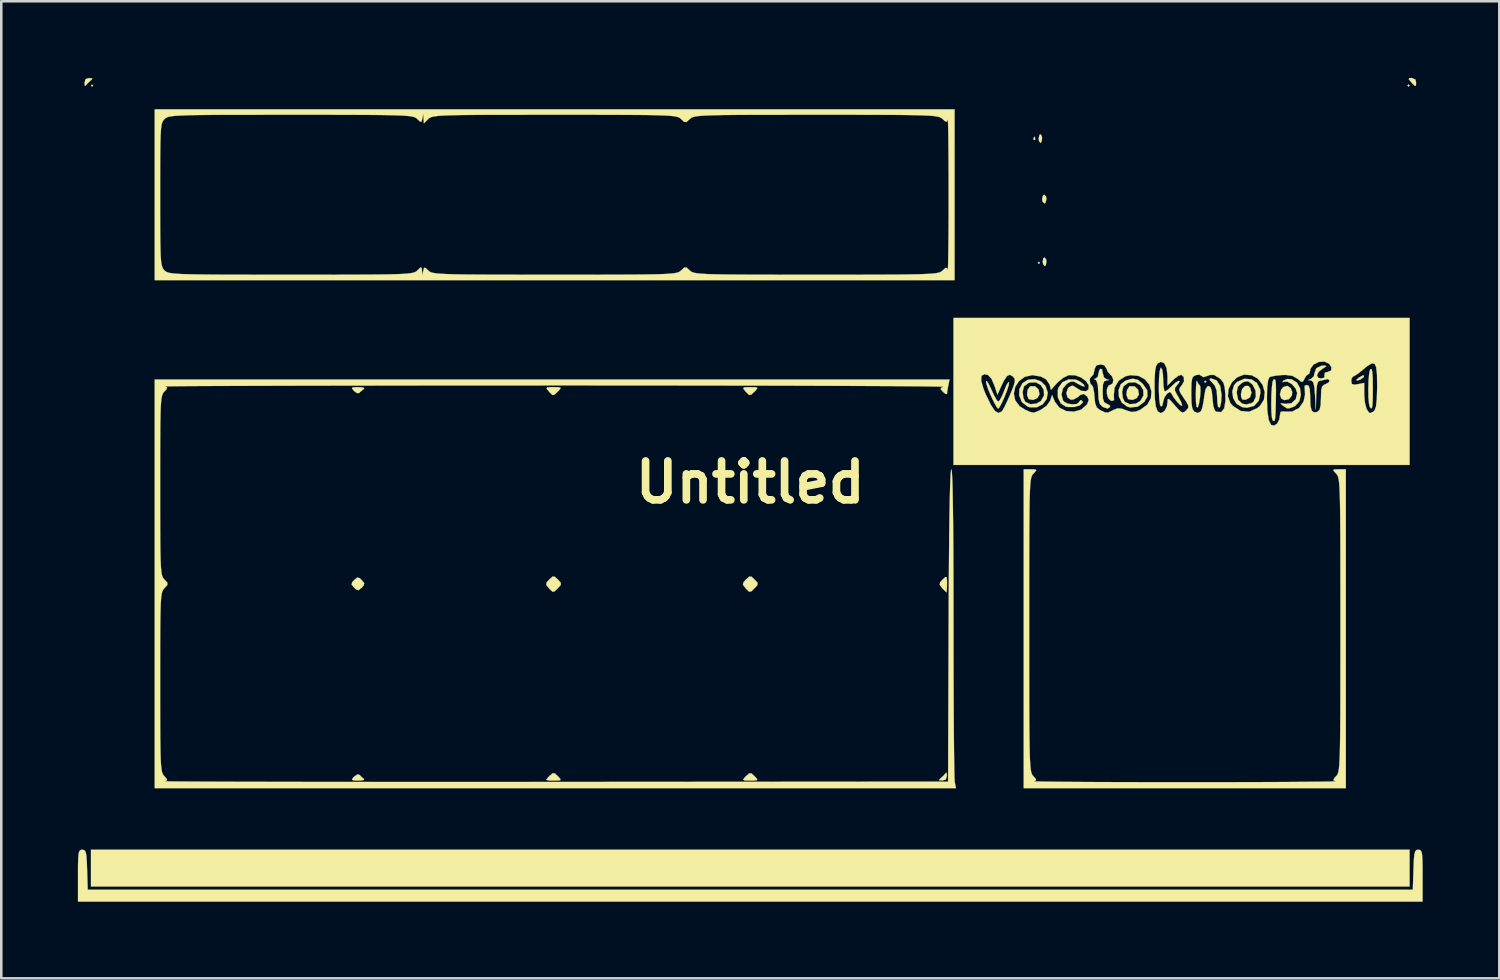
<source format=kicad_pcb>
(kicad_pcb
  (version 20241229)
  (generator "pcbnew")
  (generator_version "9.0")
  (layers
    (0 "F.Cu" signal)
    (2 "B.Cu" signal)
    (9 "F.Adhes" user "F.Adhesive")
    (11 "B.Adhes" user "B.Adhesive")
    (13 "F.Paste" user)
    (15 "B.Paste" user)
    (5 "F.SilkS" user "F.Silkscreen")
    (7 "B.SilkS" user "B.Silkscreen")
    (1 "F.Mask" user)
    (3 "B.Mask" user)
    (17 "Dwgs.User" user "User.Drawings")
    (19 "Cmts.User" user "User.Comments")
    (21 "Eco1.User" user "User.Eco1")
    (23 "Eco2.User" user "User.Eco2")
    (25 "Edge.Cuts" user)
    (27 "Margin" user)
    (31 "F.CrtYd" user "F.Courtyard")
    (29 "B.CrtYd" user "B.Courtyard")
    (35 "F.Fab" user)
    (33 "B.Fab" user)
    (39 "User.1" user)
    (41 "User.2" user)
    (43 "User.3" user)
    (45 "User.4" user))
  (footprint "Untitled"
    (layer "F.Cu")
    (at 26.336 15.838)
    (property "Reference" "Untitled" (at 0 0 0) (layer "F.SilkS") (effects (font (size 1.524 1.524) (thickness 0.3))))
    (attr through_hole)
    (fp_poly (pts (xy -25.739 -15.536) (xy -25.781 -15.494) (xy -25.823 -15.536) (xy -25.781 -15.579) (xy -25.739 -15.536)) (stroke (width 0.01) (type solid)) (fill yes) (layer "F.SilkS"))
    (fp_poly (pts (xy 11.345 -8.594) (xy 11.303 -8.551) (xy 11.261 -8.594) (xy 11.303 -8.636) (xy 11.345 -8.594)) (stroke (width 0.01) (type solid)) (fill yes) (layer "F.SilkS"))
    (fp_poly (pts (xy 17.865 -3.937) (xy 17.822 -3.895) (xy 17.78 -3.937) (xy 17.822 -3.979) (xy 17.865 -3.937)) (stroke (width 0.01) (type solid)) (fill yes) (layer "F.SilkS"))
    (fp_poly (pts (xy 25.823 -15.536) (xy 25.781 -15.494) (xy 25.739 -15.536) (xy 25.781 -15.579) (xy 25.823 -15.536)) (stroke (width 0.01) (type solid)) (fill yes) (layer "F.SilkS"))
    (fp_poly (pts (xy 25.823 15.833) (xy -25.823 15.833) (xy -25.823 14.393) (xy 25.823 14.393) (xy 25.823 15.833)) (stroke (width 0.01) (type solid)) (fill yes) (layer "F.SilkS"))
    (fp_poly (pts (xy 11.148 -13.518) (xy 11.158 -13.418) (xy 11.148 -13.406) (xy 11.097 -13.417) (xy 11.091 -13.462) (xy 11.122 -13.532) (xy 11.148 -13.518)) (stroke (width 0.01) (type solid)) (fill yes) (layer "F.SilkS"))
    (fp_poly (pts (xy 11.418 -13.56) (xy 11.43 -13.462) (xy 11.402 -13.324) (xy 11.363 -13.293) (xy 11.309 -13.364) (xy 11.297 -13.462) (xy 11.325 -13.6) (xy 11.363 -13.631) (xy 11.418 -13.56)) (stroke (width 0.01) (type solid)) (fill yes) (layer "F.SilkS"))
    (fp_poly (pts (xy 11.583 -11.19) (xy 11.599 -11.091) (xy 11.564 -10.954) (xy 11.515 -10.922) (xy 11.446 -10.993) (xy 11.43 -11.091) (xy 11.465 -11.229) (xy 11.515 -11.261) (xy 11.583 -11.19)) (stroke (width 0.01) (type solid)) (fill yes) (layer "F.SilkS"))
    (fp_poly (pts (xy 11.584 -8.734) (xy 11.599 -8.636) (xy 11.571 -8.498) (xy 11.533 -8.467) (xy 11.473 -8.538) (xy 11.453 -8.636) (xy 11.476 -8.773) (xy 11.52 -8.805) (xy 11.584 -8.734)) (stroke (width 0.01) (type solid)) (fill yes) (layer "F.SilkS"))
    (fp_poly (pts (xy 24.019 -4.112) (xy 23.907 -4.031) (xy 23.774 -3.982) (xy 23.754 -3.981) (xy 23.75 -4.02) (xy 23.839 -4.099) (xy 23.979 -4.177) (xy 24.043 -4.179) (xy 24.019 -4.112)) (stroke (width 0.01) (type solid)) (fill yes) (layer "F.SilkS"))
    (fp_poly (pts (xy 26.05 -15.773) (xy 26.077 -15.663) (xy 26.071 -15.533) (xy 26.028 -15.525) (xy 25.913 -15.641) (xy 25.887 -15.67) (xy 25.789 -15.789) (xy 25.814 -15.829) (xy 25.908 -15.833) (xy 26.05 -15.773)) (stroke (width 0.01) (type solid)) (fill yes) (layer "F.SilkS"))
    (fp_poly (pts (xy -25.766 -15.815) (xy -25.803 -15.763) (xy -25.812 -15.757) (xy -25.964 -15.617) (xy -26.001 -15.567) (xy -26.057 -15.519) (xy -26.076 -15.626) (xy -26.076 -15.642) (xy -26.032 -15.793) (xy -25.887 -15.831) (xy -25.766 -15.815)) (stroke (width 0.01) (type solid)) (fill yes) (layer "F.SilkS"))
    (fp_poly (pts (xy 7.703 11.478) (xy 7.703 11.493) (xy 7.659 11.645) (xy 7.514 11.683) (xy 7.394 11.667) (xy 7.43 11.614) (xy 7.439 11.608) (xy 7.592 11.469) (xy 7.629 11.419) (xy 7.685 11.37) (xy 7.703 11.478)) (stroke (width 0.01) (type solid)) (fill yes) (layer "F.SilkS"))
    (fp_poly (pts (xy 19.573 -3.707) (xy 19.631 -3.504) (xy 19.569 -3.324) (xy 19.41 -3.233) (xy 19.274 -3.24) (xy 19.224 -3.347) (xy 19.219 -3.456) (xy 19.265 -3.653) (xy 19.375 -3.769) (xy 19.503 -3.773) (xy 19.573 -3.707)) (stroke (width 0.01) (type solid)) (fill yes) (layer "F.SilkS"))
    (fp_poly (pts (xy 21.159 -3.696) (xy 21.226 -3.535) (xy 21.212 -3.396) (xy 21.098 -3.256) (xy 20.927 -3.216) (xy 20.8 -3.274) (xy 20.744 -3.433) (xy 20.792 -3.625) (xy 20.875 -3.729) (xy 21.027 -3.775) (xy 21.159 -3.696)) (stroke (width 0.01) (type solid)) (fill yes) (layer "F.SilkS"))
    (fp_poly (pts (xy -15.346 -3.724) (xy -15.151 -3.709) (xy -15.122 -3.666) (xy -15.144 -3.649) (xy -15.28 -3.537) (xy -15.313 -3.498) (xy -15.403 -3.491) (xy -15.515 -3.573) (xy -15.6 -3.672) (xy -15.573 -3.715) (xy -15.41 -3.724) (xy -15.346 -3.724)) (stroke (width 0.01) (type solid)) (fill yes) (layer "F.SilkS"))
    (fp_poly (pts (xy -15.313 11.457) (xy -15.198 11.57) (xy -15.144 11.608) (xy -15.126 11.659) (xy -15.274 11.681) (xy -15.346 11.683) (xy -15.547 11.678) (xy -15.604 11.645) (xy -15.545 11.562) (xy -15.515 11.531) (xy -15.387 11.444) (xy -15.313 11.457)) (stroke (width 0.01) (type solid)) (fill yes) (layer "F.SilkS"))
    (fp_poly (pts (xy -7.655 11.405) (xy -7.535 11.515) (xy -7.435 11.623) (xy -7.444 11.671) (xy -7.586 11.684) (xy -7.705 11.684) (xy -7.917 11.68) (xy -7.985 11.651) (xy -7.933 11.574) (xy -7.874 11.515) (xy -7.746 11.4) (xy -7.655 11.405)) (stroke (width 0.01) (type solid)) (fill yes) (layer "F.SilkS"))
    (fp_poly (pts (xy 0.05 11.405) (xy 0.169 11.515) (xy 0.27 11.623) (xy 0.261 11.671) (xy 0.118 11.684) (xy 0 11.684) (xy -0.213 11.68) (xy -0.281 11.651) (xy -0.228 11.574) (xy -0.169 11.515) (xy -0.041 11.4) (xy 0.05 11.405)) (stroke (width 0.01) (type solid)) (fill yes) (layer "F.SilkS"))
    (fp_poly (pts (xy 11.158 -3.756) (xy 11.293 -3.631) (xy 11.328 -3.436) (xy 11.24 -3.295) (xy 11.077 -3.224) (xy 10.918 -3.253) (xy 10.897 -3.27) (xy 10.838 -3.424) (xy 10.861 -3.614) (xy 10.953 -3.749) (xy 10.975 -3.76) (xy 11.158 -3.756)) (stroke (width 0.01) (type solid)) (fill yes) (layer "F.SilkS"))
    (fp_poly (pts (xy 15.052 -3.756) (xy 15.187 -3.631) (xy 15.223 -3.436) (xy 15.135 -3.295) (xy 14.971 -3.224) (xy 14.813 -3.253) (xy 14.792 -3.27) (xy 14.732 -3.424) (xy 14.756 -3.614) (xy 14.847 -3.749) (xy 14.87 -3.76) (xy 15.052 -3.756)) (stroke (width 0.01) (type solid)) (fill yes) (layer "F.SilkS"))
    (fp_poly (pts (xy -15.299 3.756) (xy -15.219 3.831) (xy -15.119 3.952) (xy -15.144 4.048) (xy -15.219 4.128) (xy -15.34 4.228) (xy -15.435 4.202) (xy -15.515 4.128) (xy -15.615 4.006) (xy -15.59 3.911) (xy -15.515 3.831) (xy -15.394 3.731) (xy -15.299 3.756)) (stroke (width 0.01) (type solid)) (fill yes) (layer "F.SilkS"))
    (fp_poly (pts (xy -7.492 -3.721) (xy -7.424 -3.693) (xy -7.477 -3.615) (xy -7.535 -3.556) (xy -7.667 -3.43) (xy -7.748 -3.417) (xy -7.855 -3.519) (xy -7.895 -3.563) (xy -7.979 -3.667) (xy -7.958 -3.713) (xy -7.805 -3.725) (xy -7.705 -3.725) (xy -7.492 -3.721)) (stroke (width 0.01) (type solid)) (fill yes) (layer "F.SilkS"))
    (fp_poly (pts (xy 0.213 -3.721) (xy 0.281 -3.693) (xy 0.228 -3.615) (xy 0.169 -3.556) (xy 0.037 -3.43) (xy -0.044 -3.417) (xy -0.15 -3.519) (xy -0.191 -3.563) (xy -0.274 -3.667) (xy -0.253 -3.713) (xy -0.1 -3.725) (xy 0 -3.725) (xy 0.213 -3.721)) (stroke (width 0.01) (type solid)) (fill yes) (layer "F.SilkS"))
    (fp_poly (pts (xy 7.692 3.719) (xy 7.704 3.861) (xy 7.705 3.979) (xy 7.7 4.19) (xy 7.688 4.304) (xy 7.684 4.311) (xy 7.618 4.251) (xy 7.514 4.142) (xy 7.418 4.015) (xy 7.437 3.917) (xy 7.535 3.81) (xy 7.644 3.71) (xy 7.692 3.719)) (stroke (width 0.01) (type solid)) (fill yes) (layer "F.SilkS"))
    (fp_poly (pts (xy -7.655 3.701) (xy -7.535 3.81) (xy -7.421 3.938) (xy -7.426 4.029) (xy -7.535 4.149) (xy -7.667 4.275) (xy -7.748 4.288) (xy -7.855 4.186) (xy -7.895 4.142) (xy -7.992 4.015) (xy -7.972 3.917) (xy -7.874 3.81) (xy -7.746 3.695) (xy -7.655 3.701)) (stroke (width 0.01) (type solid)) (fill yes) (layer "F.SilkS"))
    (fp_poly (pts (xy 0.05 3.701) (xy 0.169 3.81) (xy 0.284 3.938) (xy 0.279 4.029) (xy 0.169 4.149) (xy 0.037 4.275) (xy -0.044 4.288) (xy -0.15 4.186) (xy -0.191 4.142) (xy -0.287 4.015) (xy -0.268 3.917) (xy -0.169 3.81) (xy -0.041 3.695) (xy 0.05 3.701)) (stroke (width 0.01) (type solid)) (fill yes) (layer "F.SilkS"))
    (fp_poly (pts (xy 17.5 -3.958) (xy 17.56 -3.833) (xy 17.596 -3.81) (xy 17.628 -3.737) (xy 17.632 -3.556) (xy 17.615 -3.325) (xy 17.58 -3.104) (xy 17.535 -2.951) (xy 17.518 -2.925) (xy 17.48 -2.959) (xy 17.456 -3.139) (xy 17.451 -3.443) (xy 17.451 -3.476) (xy 17.46 -3.754) (xy 17.476 -3.929) (xy 17.495 -3.972) (xy 17.5 -3.958)) (stroke (width 0.01) (type solid)) (fill yes) (layer "F.SilkS"))
    (fp_poly (pts (xy 18.267 -3.989) (xy 18.404 -3.771) (xy 18.457 -3.426) (xy 18.457 -3.386) (xy 18.441 -3.135) (xy 18.401 -2.961) (xy 18.373 -2.921) (xy 18.32 -2.963) (xy 18.292 -3.151) (xy 18.288 -3.294) (xy 18.267 -3.594) (xy 18.19 -3.791) (xy 18.103 -3.891) (xy 17.989 -4.012) (xy 18.003 -4.06) (xy 18.054 -4.064) (xy 18.267 -3.989)) (stroke (width 0.01) (type solid)) (fill yes) (layer "F.SilkS"))
    (fp_poly (pts (xy 24.363 -4.32) (xy 24.379 -4.079) (xy 24.384 -3.7) (xy 24.381 -3.294) (xy 24.369 -3.037) (xy 24.347 -2.91) (xy 24.31 -2.894) (xy 24.268 -2.945) (xy 24.233 -3.087) (xy 24.212 -3.338) (xy 24.207 -3.646) (xy 24.215 -3.96) (xy 24.237 -4.227) (xy 24.271 -4.396) (xy 24.286 -4.423) (xy 24.333 -4.429) (xy 24.363 -4.32)) (stroke (width 0.01) (type solid)) (fill yes) (layer "F.SilkS"))
    (fp_poly (pts (xy 20.569 -3.984) (xy 20.586 -3.845) (xy 20.59 -3.593) (xy 20.585 -3.202) (xy 20.583 -3.094) (xy 20.573 -2.733) (xy 20.559 -2.514) (xy 20.536 -2.411) (xy 20.5 -2.396) (xy 20.461 -2.427) (xy 20.429 -2.54) (xy 20.411 -2.771) (xy 20.405 -3.072) (xy 20.41 -3.395) (xy 20.427 -3.693) (xy 20.453 -3.917) (xy 20.489 -4.021) (xy 20.489 -4.022) (xy 20.538 -4.034) (xy 20.569 -3.984)) (stroke (width 0.01) (type solid)) (fill yes) (layer "F.SilkS"))
    (fp_poly (pts (xy 9.339 -3.847) (xy 9.435 -3.644) (xy 9.553 -3.392) (xy 9.655 -3.215) (xy 9.708 -3.156) (xy 9.774 -3.215) (xy 9.867 -3.393) (xy 9.941 -3.577) (xy 10.032 -3.798) (xy 10.105 -3.917) (xy 10.137 -3.917) (xy 10.122 -3.801) (xy 10.056 -3.594) (xy 9.959 -3.347) (xy 9.854 -3.111) (xy 9.761 -2.938) (xy 9.705 -2.879) (xy 9.65 -2.949) (xy 9.549 -3.131) (xy 9.446 -3.339) (xy 9.329 -3.613) (xy 9.251 -3.844) (xy 9.232 -3.953) (xy 9.263 -3.965) (xy 9.339 -3.847)) (stroke (width 0.01) (type solid)) (fill yes) (layer "F.SilkS"))
    (fp_poly (pts (xy 21.206 -4.03) (xy 21.41 -3.904) (xy 21.531 -3.684) (xy 21.564 -3.423) (xy 21.505 -3.176) (xy 21.351 -2.994) (xy 21.28 -2.958) (xy 21.113 -2.897) (xy 21.021 -2.895) (xy 20.917 -2.961) (xy 20.867 -2.998) (xy 20.768 -3.078) (xy 20.804 -3.094) (xy 20.949 -3.07) (xy 21.195 -3.095) (xy 21.364 -3.252) (xy 21.421 -3.488) (xy 21.36 -3.674) (xy 21.215 -3.841) (xy 21.04 -3.939) (xy 20.927 -3.939) (xy 20.837 -3.917) (xy 20.885 -3.985) (xy 21.047 -4.045) (xy 21.206 -4.03)) (stroke (width 0.01) (type solid)) (fill yes) (layer "F.SilkS"))
    (fp_poly (pts (xy 26.235 14.404) (xy 26.282 14.455) (xy 26.311 14.573) (xy 26.326 14.788) (xy 26.331 15.127) (xy 26.331 15.409) (xy 26.331 16.425) (xy -26.331 16.425) (xy -26.331 15.409) (xy -26.33 14.98) (xy -26.321 14.692) (xy -26.302 14.518) (xy -26.267 14.429) (xy -26.211 14.397) (xy -26.165 14.393) (xy -26.086 14.408) (xy -26.035 14.472) (xy -26.004 14.618) (xy -25.986 14.877) (xy -25.975 15.177) (xy -25.95 15.96) (xy 25.95 15.96) (xy 25.975 15.177) (xy 25.989 14.808) (xy 26.01 14.577) (xy 26.045 14.452) (xy 26.101 14.401) (xy 26.165 14.393) (xy 26.235 14.404)) (stroke (width 0.01) (type solid)) (fill yes) (layer "F.SilkS"))
    (fp_poly (pts (xy 11.388 -3.947) (xy 11.56 -3.775) (xy 11.652 -3.509) (xy 11.607 -3.257) (xy 11.454 -3.054) (xy 11.224 -2.936) (xy 10.945 -2.938) (xy 10.864 -2.965) (xy 10.64 -3.137) (xy 10.532 -3.404) (xy 10.537 -3.517) (xy 10.668 -3.517) (xy 10.699 -3.297) (xy 10.77 -3.15) (xy 10.967 -3.058) (xy 11.205 -3.077) (xy 11.382 -3.181) (xy 11.506 -3.398) (xy 11.496 -3.619) (xy 11.38 -3.804) (xy 11.187 -3.913) (xy 10.945 -3.905) (xy 10.885 -3.881) (xy 10.72 -3.757) (xy 10.669 -3.552) (xy 10.668 -3.517) (xy 10.537 -3.517) (xy 10.543 -3.651) (xy 10.667 -3.884) (xy 10.881 -4.015) (xy 11.138 -4.038) (xy 11.388 -3.947)) (stroke (width 0.01) (type solid)) (fill yes) (layer "F.SilkS"))
    (fp_poly (pts (xy 15.175 -4.013) (xy 15.371 -3.856) (xy 15.546 -3.603) (xy 15.553 -3.356) (xy 15.431 -3.149) (xy 15.174 -2.96) (xy 14.882 -2.93) (xy 14.759 -2.965) (xy 14.551 -3.121) (xy 14.439 -3.354) (xy 14.431 -3.517) (xy 14.563 -3.517) (xy 14.593 -3.297) (xy 14.664 -3.15) (xy 14.861 -3.058) (xy 15.1 -3.077) (xy 15.276 -3.181) (xy 15.401 -3.398) (xy 15.39 -3.619) (xy 15.274 -3.804) (xy 15.081 -3.913) (xy 14.84 -3.905) (xy 14.779 -3.881) (xy 14.615 -3.757) (xy 14.563 -3.552) (xy 14.563 -3.517) (xy 14.431 -3.517) (xy 14.426 -3.61) (xy 14.514 -3.838) (xy 14.703 -3.984) (xy 14.972 -4.056) (xy 15.175 -4.013)) (stroke (width 0.01) (type solid)) (fill yes) (layer "F.SilkS"))
    (fp_poly (pts (xy 19.626 -4.031) (xy 19.844 -3.888) (xy 19.967 -3.641) (xy 19.981 -3.503) (xy 19.914 -3.191) (xy 19.729 -2.989) (xy 19.451 -2.918) (xy 19.264 -2.942) (xy 19.047 -3.071) (xy 18.914 -3.294) (xy 18.883 -3.516) (xy 19.05 -3.516) (xy 19.105 -3.232) (xy 19.266 -3.078) (xy 19.431 -3.048) (xy 19.625 -3.094) (xy 19.71 -3.15) (xy 19.802 -3.347) (xy 19.789 -3.594) (xy 19.678 -3.816) (xy 19.642 -3.853) (xy 19.494 -3.955) (xy 19.351 -3.938) (xy 19.261 -3.894) (xy 19.096 -3.746) (xy 19.05 -3.516) (xy 18.883 -3.516) (xy 18.878 -3.556) (xy 18.948 -3.8) (xy 19.069 -3.932) (xy 19.355 -4.052) (xy 19.626 -4.031)) (stroke (width 0.01) (type solid)) (fill yes) (layer "F.SilkS"))
    (fp_poly (pts (xy 13.779 -4.416) (xy 13.801 -4.287) (xy 13.856 -4.1) (xy 13.949 -4.038) (xy 14.053 -4.006) (xy 13.993 -3.992) (xy 13.949 -3.989) (xy 13.859 -3.951) (xy 13.814 -3.827) (xy 13.801 -3.578) (xy 13.801 -3.548) (xy 13.812 -3.283) (xy 13.856 -3.142) (xy 13.949 -3.079) (xy 13.969 -3.073) (xy 14.085 -3.008) (xy 14.091 -2.954) (xy 14.003 -2.886) (xy 13.857 -2.928) (xy 13.78 -2.97) (xy 13.686 -3.074) (xy 13.64 -3.273) (xy 13.631 -3.511) (xy 13.612 -3.811) (xy 13.556 -3.982) (xy 13.525 -4.008) (xy 13.463 -4.046) (xy 13.525 -4.057) (xy 13.612 -4.134) (xy 13.631 -4.228) (xy 13.67 -4.39) (xy 13.716 -4.445) (xy 13.779 -4.416)) (stroke (width 0.01) (type solid)) (fill yes) (layer "F.SilkS"))
    (fp_poly (pts (xy 12.748 -4.018) (xy 12.916 -3.942) (xy 13.057 -3.83) (xy 13.098 -3.757) (xy 13.096 -3.754) (xy 13.004 -3.765) (xy 12.84 -3.851) (xy 12.834 -3.855) (xy 12.666 -3.948) (xy 12.537 -3.938) (xy 12.404 -3.86) (xy 12.244 -3.673) (xy 12.188 -3.432) (xy 12.248 -3.207) (xy 12.294 -3.15) (xy 12.431 -3.08) (xy 12.619 -3.051) (xy 12.788 -3.065) (xy 12.869 -3.125) (xy 12.869 -3.133) (xy 12.935 -3.214) (xy 12.961 -3.217) (xy 13.025 -3.157) (xy 13.019 -3.116) (xy 12.905 -3.01) (xy 12.69 -2.948) (xy 12.439 -2.947) (xy 12.362 -2.961) (xy 12.161 -3.089) (xy 12.049 -3.32) (xy 12.044 -3.602) (xy 12.071 -3.701) (xy 12.226 -3.918) (xy 12.47 -4.028) (xy 12.748 -4.018)) (stroke (width 0.01) (type solid)) (fill yes) (layer "F.SilkS"))
    (fp_poly (pts (xy 16.133 -4.411) (xy 16.164 -4.213) (xy 16.171 -4.022) (xy 16.183 -3.767) (xy 16.212 -3.597) (xy 16.241 -3.556) (xy 16.341 -3.612) (xy 16.492 -3.749) (xy 16.51 -3.768) (xy 16.663 -3.907) (xy 16.777 -3.972) (xy 16.82 -3.958) (xy 16.763 -3.857) (xy 16.725 -3.814) (xy 16.637 -3.7) (xy 16.63 -3.595) (xy 16.708 -3.437) (xy 16.764 -3.344) (xy 16.871 -3.148) (xy 16.915 -3.018) (xy 16.91 -2.997) (xy 16.839 -3.027) (xy 16.718 -3.149) (xy 16.591 -3.312) (xy 16.5 -3.466) (xy 16.488 -3.496) (xy 16.421 -3.536) (xy 16.321 -3.466) (xy 16.226 -3.33) (xy 16.173 -3.171) (xy 16.171 -3.139) (xy 16.137 -2.998) (xy 16.087 -2.963) (xy 16.046 -3.043) (xy 16.017 -3.265) (xy 16.003 -3.599) (xy 16.002 -3.725) (xy 16.011 -4.09) (xy 16.035 -4.351) (xy 16.073 -4.479) (xy 16.087 -4.487) (xy 16.133 -4.411)) (stroke (width 0.01) (type solid)) (fill yes) (layer "F.SilkS"))
    (fp_poly (pts (xy 23.326 -0.508) (xy 23.326 11.98) (xy 10.71 11.98) (xy 10.71 -0.508) (xy 10.986 -0.508) (xy 11.169 -0.502) (xy 11.203 -0.464) (xy 11.11 -0.358) (xy 11.091 -0.339) (xy 11.058 -0.302) (xy 11.03 -0.254) (xy 11.005 -0.184) (xy 10.985 -0.078) (xy 10.968 0.075) (xy 10.955 0.287) (xy 10.944 0.571) (xy 10.936 0.939) (xy 10.931 1.403) (xy 10.927 1.976) (xy 10.924 2.669) (xy 10.923 3.494) (xy 10.922 4.465) (xy 10.922 5.588) (xy 10.922 6.716) (xy 10.923 7.686) (xy 10.924 8.512) (xy 10.927 9.205) (xy 10.931 9.777) (xy 10.937 10.241) (xy 10.945 10.609) (xy 10.956 10.893) (xy 10.969 11.105) (xy 10.986 11.258) (xy 11.006 11.363) (xy 11.03 11.432) (xy 11.059 11.479) (xy 11.086 11.509) (xy 11.193 11.631) (xy 11.178 11.687) (xy 11.107 11.711) (xy 11.166 11.717) (xy 11.381 11.723) (xy 11.739 11.729) (xy 12.228 11.734) (xy 12.834 11.738) (xy 13.544 11.742) (xy 14.346 11.745) (xy 15.226 11.747) (xy 16.172 11.749) (xy 17.018 11.749) (xy 18.009 11.749) (xy 18.946 11.747) (xy 19.815 11.745) (xy 20.604 11.742) (xy 21.3 11.738) (xy 21.889 11.733) (xy 22.359 11.728) (xy 22.697 11.723) (xy 22.889 11.717) (xy 22.929 11.711) (xy 22.839 11.671) (xy 22.867 11.597) (xy 22.95 11.509) (xy 22.982 11.473) (xy 23.01 11.423) (xy 23.033 11.348) (xy 23.053 11.236) (xy 23.069 11.075) (xy 23.082 10.852) (xy 23.092 10.556) (xy 23.1 10.173) (xy 23.106 9.693) (xy 23.11 9.102) (xy 23.112 8.388) (xy 23.113 7.54) (xy 23.114 6.545) (xy 23.114 5.588) (xy 23.114 4.461) (xy 23.113 3.491) (xy 23.112 2.665) (xy 23.109 1.973) (xy 23.105 1.401) (xy 23.1 0.937) (xy 23.092 0.57) (xy 23.081 0.286) (xy 23.068 0.074) (xy 23.051 -0.079) (xy 23.03 -0.184) (xy 23.006 -0.255) (xy 22.978 -0.302) (xy 22.945 -0.339) (xy 22.838 -0.455) (xy 22.856 -0.5) (xy 23.019 -0.508) (xy 23.05 -0.508) (xy 23.326 -0.508)) (stroke (width 0.01) (type solid)) (fill yes) (layer "F.SilkS"))
    (fp_poly (pts (xy 7.753 -3.778) (xy 7.718 -3.578) (xy 7.705 -3.461) (xy 7.655 -3.455) (xy 7.554 -3.535) (xy 7.454 -3.648) (xy 7.484 -3.705) (xy 7.575 -3.738) (xy 7.51 -3.744) (xy 7.284 -3.749) (xy 6.905 -3.755) (xy 6.381 -3.76) (xy 5.721 -3.765) (xy 4.934 -3.769) (xy 4.026 -3.773) (xy 3.007 -3.777) (xy 1.886 -3.781) (xy 0.669 -3.784) (xy -0.634 -3.786) (xy -2.016 -3.788) (xy -3.468 -3.79) (xy -4.981 -3.791) (xy -6.548 -3.792) (xy -7.662 -3.792) (xy -9.262 -3.791) (xy -10.814 -3.791) (xy -12.31 -3.79) (xy -13.742 -3.788) (xy -15.102 -3.786) (xy -16.382 -3.784) (xy -17.572 -3.782) (xy -18.665 -3.779) (xy -19.653 -3.776) (xy -20.527 -3.773) (xy -21.279 -3.77) (xy -21.9 -3.767) (xy -22.383 -3.763) (xy -22.719 -3.759) (xy -22.899 -3.755) (xy -22.929 -3.753) (xy -22.839 -3.713) (xy -22.867 -3.638) (xy -22.95 -3.551) (xy -22.99 -3.504) (xy -23.023 -3.441) (xy -23.05 -3.347) (xy -23.071 -3.204) (xy -23.087 -2.999) (xy -23.098 -2.714) (xy -23.106 -2.333) (xy -23.11 -1.842) (xy -23.113 -1.223) (xy -23.114 -0.461) (xy -23.114 0.127) (xy -23.114 0.991) (xy -23.112 1.702) (xy -23.109 2.275) (xy -23.104 2.726) (xy -23.095 3.072) (xy -23.083 3.328) (xy -23.065 3.51) (xy -23.043 3.635) (xy -23.014 3.717) (xy -22.978 3.774) (xy -22.945 3.81) (xy -22.83 3.938) (xy -22.835 4.029) (xy -22.945 4.149) (xy -22.986 4.196) (xy -23.02 4.256) (xy -23.048 4.346) (xy -23.069 4.482) (xy -23.086 4.679) (xy -23.097 4.953) (xy -23.105 5.32) (xy -23.11 5.797) (xy -23.113 6.398) (xy -23.114 7.14) (xy -23.114 7.832) (xy -23.114 8.696) (xy -23.112 9.408) (xy -23.109 9.981) (xy -23.103 10.433) (xy -23.095 10.779) (xy -23.082 11.036) (xy -23.064 11.218) (xy -23.042 11.342) (xy -23.013 11.424) (xy -22.977 11.48) (xy -22.95 11.509) (xy -22.843 11.631) (xy -22.858 11.687) (xy -22.929 11.711) (xy -22.86 11.715) (xy -22.631 11.719) (xy -22.249 11.722) (xy -21.723 11.725) (xy -21.06 11.728) (xy -20.27 11.731) (xy -19.36 11.733) (xy -18.338 11.735) (xy -17.214 11.737) (xy -15.995 11.738) (xy -14.69 11.739) (xy -13.307 11.739) (xy -11.854 11.739) (xy -10.34 11.739) (xy -8.772 11.739) (xy -7.662 11.738) (xy 7.747 11.726) (xy 7.769 5.609) (xy 7.774 4.311) (xy 7.782 3.161) (xy 7.791 2.162) (xy 7.802 1.317) (xy 7.815 0.63) (xy 7.829 0.101) (xy 7.845 -0.265) (xy 7.862 -0.466) (xy 7.875 -0.508) (xy 7.893 -0.424) (xy 7.909 -0.172) (xy 7.923 0.243) (xy 7.934 0.821) (xy 7.944 1.559) (xy 7.951 2.455) (xy 7.956 3.506) (xy 7.958 4.709) (xy 7.959 5.493) (xy 7.959 6.492) (xy 7.961 7.445) (xy 7.964 8.34) (xy 7.969 9.16) (xy 7.974 9.893) (xy 7.98 10.524) (xy 7.986 11.038) (xy 7.994 11.422) (xy 8.001 11.661) (xy 8.007 11.737) (xy 8.056 11.98) (xy -23.326 11.98) (xy -23.326 -4.022) (xy 7.802 -4.022) (xy 7.753 -3.778)) (stroke (width 0.01) (type solid)) (fill yes) (layer "F.SilkS"))
    (fp_poly (pts (xy 8.001 -7.916) (xy -23.326 -7.916) (xy -23.326 -11.261) (xy -23.114 -11.261) (xy -23.114 -10.498) (xy -23.112 -9.887) (xy -23.107 -9.408) (xy -23.099 -9.045) (xy -23.087 -8.779) (xy -23.069 -8.592) (xy -23.044 -8.466) (xy -23.011 -8.383) (xy -22.97 -8.324) (xy -22.945 -8.297) (xy -22.904 -8.261) (xy -22.852 -8.231) (xy -22.775 -8.205) (xy -22.659 -8.184) (xy -22.491 -8.167) (xy -22.258 -8.154) (xy -21.945 -8.145) (xy -21.54 -8.138) (xy -21.029 -8.133) (xy -20.399 -8.13) (xy -19.636 -8.129) (xy -18.726 -8.128) (xy -17.992 -8.128) (xy -16.971 -8.128) (xy -16.106 -8.129) (xy -15.384 -8.131) (xy -14.79 -8.134) (xy -14.312 -8.139) (xy -13.936 -8.147) (xy -13.648 -8.158) (xy -13.436 -8.172) (xy -13.285 -8.19) (xy -13.182 -8.212) (xy -13.114 -8.239) (xy -13.066 -8.271) (xy -13.039 -8.297) (xy -12.917 -8.411) (xy -12.871 -8.4) (xy -12.858 -8.276) (xy -12.846 -8.086) (xy -12.81 -8.271) (xy -12.777 -8.397) (xy -12.717 -8.393) (xy -12.61 -8.292) (xy -12.57 -8.257) (xy -12.516 -8.227) (xy -12.434 -8.203) (xy -12.312 -8.182) (xy -12.136 -8.166) (xy -11.891 -8.154) (xy -11.566 -8.144) (xy -11.146 -8.137) (xy -10.619 -8.133) (xy -9.969 -8.13) (xy -9.185 -8.129) (xy -8.253 -8.128) (xy -7.662 -8.128) (xy -6.642 -8.128) (xy -5.777 -8.129) (xy -5.054 -8.131) (xy -4.461 -8.134) (xy -3.983 -8.139) (xy -3.607 -8.147) (xy -3.319 -8.158) (xy -3.107 -8.172) (xy -2.956 -8.19) (xy -2.853 -8.212) (xy -2.784 -8.239) (xy -2.737 -8.271) (xy -2.709 -8.297) (xy -2.581 -8.412) (xy -2.49 -8.407) (xy -2.371 -8.297) (xy -2.33 -8.261) (xy -2.278 -8.231) (xy -2.201 -8.205) (xy -2.085 -8.184) (xy -1.917 -8.167) (xy -1.684 -8.154) (xy -1.371 -8.145) (xy -0.966 -8.138) (xy -0.455 -8.133) (xy 0.175 -8.13) (xy 0.938 -8.129) (xy 1.848 -8.128) (xy 2.582 -8.128) (xy 3.604 -8.128) (xy 4.469 -8.129) (xy 5.192 -8.131) (xy 5.786 -8.134) (xy 6.264 -8.14) (xy 6.641 -8.148) (xy 6.928 -8.159) (xy 7.141 -8.173) (xy 7.292 -8.191) (xy 7.394 -8.213) (xy 7.462 -8.24) (xy 7.509 -8.272) (xy 7.53 -8.292) (xy 7.651 -8.399) (xy 7.708 -8.384) (xy 7.732 -8.313) (xy 7.741 -8.362) (xy 7.748 -8.562) (xy 7.755 -8.896) (xy 7.761 -9.346) (xy 7.766 -9.896) (xy 7.769 -10.526) (xy 7.77 -11.221) (xy 7.77 -11.261) (xy 7.769 -11.958) (xy 7.766 -12.593) (xy 7.761 -13.147) (xy 7.756 -13.603) (xy 7.749 -13.945) (xy 7.741 -14.152) (xy 7.732 -14.21) (xy 7.732 -14.208) (xy 7.692 -14.118) (xy 7.618 -14.146) (xy 7.53 -14.229) (xy 7.49 -14.264) (xy 7.436 -14.294) (xy 7.354 -14.319) (xy 7.232 -14.339) (xy 7.056 -14.355) (xy 6.811 -14.368) (xy 6.486 -14.377) (xy 6.066 -14.384) (xy 5.539 -14.389) (xy 4.889 -14.391) (xy 4.105 -14.393) (xy 3.173 -14.393) (xy 2.582 -14.393) (xy 1.562 -14.393) (xy 0.697 -14.392) (xy -0.026 -14.391) (xy -0.619 -14.387) (xy -1.097 -14.382) (xy -1.473 -14.374) (xy -1.761 -14.363) (xy -1.973 -14.349) (xy -2.124 -14.331) (xy -2.227 -14.309) (xy -2.296 -14.282) (xy -2.343 -14.25) (xy -2.371 -14.224) (xy -2.499 -14.109) (xy -2.59 -14.115) (xy -2.709 -14.224) (xy -2.75 -14.26) (xy -2.802 -14.291) (xy -2.879 -14.316) (xy -2.995 -14.337) (xy -3.163 -14.354) (xy -3.396 -14.367) (xy -3.709 -14.377) (xy -4.114 -14.384) (xy -4.625 -14.388) (xy -5.255 -14.391) (xy -6.018 -14.393) (xy -6.928 -14.393) (xy -7.662 -14.393) (xy -8.683 -14.393) (xy -9.548 -14.392) (xy -10.27 -14.391) (xy -10.864 -14.387) (xy -11.342 -14.382) (xy -11.718 -14.374) (xy -12.006 -14.363) (xy -12.218 -14.349) (xy -12.369 -14.331) (xy -12.472 -14.309) (xy -12.54 -14.282) (xy -12.588 -14.25) (xy -12.615 -14.224) (xy -12.785 -14.055) (xy -12.808 -14.436) (xy -12.844 -14.25) (xy -12.877 -14.124) (xy -12.937 -14.128) (xy -13.044 -14.229) (xy -13.084 -14.264) (xy -13.138 -14.294) (xy -13.22 -14.319) (xy -13.342 -14.339) (xy -13.518 -14.355) (xy -13.763 -14.368) (xy -14.088 -14.377) (xy -14.508 -14.384) (xy -15.035 -14.389) (xy -15.685 -14.391) (xy -16.469 -14.393) (xy -17.401 -14.393) (xy -17.992 -14.393) (xy -19.012 -14.393) (xy -19.877 -14.392) (xy -20.6 -14.391) (xy -21.193 -14.387) (xy -21.671 -14.382) (xy -22.047 -14.374) (xy -22.335 -14.363) (xy -22.547 -14.349) (xy -22.698 -14.331) (xy -22.801 -14.309) (xy -22.87 -14.282) (xy -22.917 -14.25) (xy -22.945 -14.224) (xy -22.991 -14.171) (xy -23.028 -14.103) (xy -23.057 -14.002) (xy -23.078 -13.849) (xy -23.093 -13.627) (xy -23.104 -13.317) (xy -23.11 -12.902) (xy -23.113 -12.363) (xy -23.114 -11.682) (xy -23.114 -11.261) (xy -23.326 -11.261) (xy -23.326 -14.605) (xy 8.001 -14.605) (xy 8.001 -7.916)) (stroke (width 0.01) (type solid)) (fill yes) (layer "F.SilkS"))
    (fp_poly (pts (xy 25.823 -0.677) (xy 7.959 -0.677) (xy 7.959 -3.974) (xy 9.043 -3.974) (xy 9.137 -3.65) (xy 9.237 -3.411) (xy 9.424 -3.028) (xy 9.578 -2.799) (xy 9.711 -2.713) (xy 9.832 -2.761) (xy 9.881 -2.815) (xy 9.953 -2.943) (xy 10.065 -3.178) (xy 10.191 -3.465) (xy 10.195 -3.474) (xy 10.322 -3.474) (xy 10.375 -3.211) (xy 10.549 -2.977) (xy 10.78 -2.833) (xy 10.976 -2.749) (xy 11.094 -2.725) (xy 11.218 -2.762) (xy 11.391 -2.844) (xy 11.611 -2.999) (xy 11.745 -3.19) (xy 11.748 -3.197) (xy 11.821 -3.416) (xy 11.931 -3.149) (xy 12.108 -2.919) (xy 12.372 -2.789) (xy 12.674 -2.763) (xy 12.96 -2.844) (xy 13.181 -3.037) (xy 13.193 -3.056) (xy 13.258 -3.223) (xy 13.202 -3.351) (xy 13.067 -3.46) (xy 12.929 -3.422) (xy 12.833 -3.338) (xy 12.663 -3.242) (xy 12.552 -3.233) (xy 12.42 -3.328) (xy 12.38 -3.5) (xy 12.441 -3.676) (xy 12.486 -3.723) (xy 12.612 -3.787) (xy 12.74 -3.722) (xy 12.772 -3.695) (xy 12.968 -3.579) (xy 13.151 -3.567) (xy 13.246 -3.633) (xy 13.261 -3.794) (xy 13.152 -3.96) (xy 13.126 -3.979) (xy 13.293 -3.979) (xy 13.326 -3.842) (xy 13.373 -3.81) (xy 13.422 -3.734) (xy 13.463 -3.537) (xy 13.479 -3.368) (xy 13.507 -3.093) (xy 13.568 -2.933) (xy 13.684 -2.836) (xy 13.716 -2.818) (xy 13.893 -2.736) (xy 14.012 -2.729) (xy 14.164 -2.799) (xy 14.217 -2.829) (xy 14.389 -2.896) (xy 14.565 -2.877) (xy 14.707 -2.823) (xy 14.926 -2.752) (xy 15.105 -2.768) (xy 15.278 -2.84) (xy 15.552 -3.04) (xy 15.692 -3.291) (xy 15.714 -3.561) (xy 15.658 -3.732) (xy 15.833 -3.732) (xy 15.845 -3.268) (xy 15.886 -2.955) (xy 15.959 -2.775) (xy 16.069 -2.71) (xy 16.087 -2.709) (xy 16.183 -2.761) (xy 16.239 -2.811) (xy 16.318 -2.97) (xy 16.342 -3.128) (xy 16.349 -3.245) (xy 16.388 -3.265) (xy 16.485 -3.175) (xy 16.632 -3.006) (xy 16.804 -2.813) (xy 16.912 -2.733) (xy 16.996 -2.748) (xy 17.069 -2.811) (xy 17.15 -2.908) (xy 17.155 -3.005) (xy 17.076 -3.154) (xy 16.981 -3.295) (xy 16.864 -3.473) (xy 17.272 -3.473) (xy 17.28 -3.116) (xy 17.311 -2.894) (xy 17.378 -2.775) (xy 17.492 -2.724) (xy 17.542 -2.716) (xy 17.633 -2.771) (xy 17.668 -2.815) (xy 17.715 -2.957) (xy 17.76 -3.199) (xy 17.778 -3.344) (xy 17.826 -3.622) (xy 17.899 -3.752) (xy 17.949 -3.768) (xy 18.029 -3.72) (xy 18.077 -3.558) (xy 18.102 -3.288) (xy 18.136 -2.975) (xy 18.201 -2.803) (xy 18.26 -2.758) (xy 18.447 -2.749) (xy 18.564 -2.895) (xy 18.612 -3.194) (xy 18.61 -3.371) (xy 18.705 -3.371) (xy 18.802 -3.103) (xy 18.902 -2.987) (xy 19.214 -2.79) (xy 19.535 -2.761) (xy 19.853 -2.901) (xy 19.96 -2.988) (xy 20.12 -3.236) (xy 20.126 -3.291) (xy 20.235 -3.291) (xy 20.253 -2.778) (xy 20.308 -2.428) (xy 20.399 -2.243) (xy 20.527 -2.22) (xy 20.642 -2.303) (xy 20.722 -2.464) (xy 20.743 -2.609) (xy 20.771 -2.757) (xy 20.88 -2.777) (xy 20.918 -2.768) (xy 21.225 -2.767) (xy 21.493 -2.906) (xy 21.668 -3.157) (xy 21.676 -3.18) (xy 21.727 -3.424) (xy 21.721 -3.628) (xy 21.717 -3.639) (xy 21.711 -3.777) (xy 21.796 -3.81) (xy 21.873 -3.775) (xy 21.914 -3.648) (xy 21.928 -3.395) (xy 21.929 -3.307) (xy 21.943 -2.978) (xy 21.993 -2.794) (xy 22.092 -2.734) (xy 22.217 -2.76) (xy 22.299 -2.84) (xy 22.341 -3.021) (xy 22.352 -3.301) (xy 22.36 -3.584) (xy 22.395 -3.742) (xy 22.468 -3.816) (xy 22.521 -3.835) (xy 22.659 -3.913) (xy 22.685 -3.969) (xy 23.537 -3.969) (xy 23.561 -3.847) (xy 23.666 -3.82) (xy 23.791 -3.84) (xy 24.045 -3.89) (xy 24.045 -3.464) (xy 24.07 -3.131) (xy 24.137 -2.873) (xy 24.233 -2.728) (xy 24.285 -2.709) (xy 24.395 -2.762) (xy 24.452 -2.811) (xy 24.505 -2.956) (xy 24.539 -3.26) (xy 24.553 -3.711) (xy 24.553 -3.785) (xy 24.546 -4.222) (xy 24.516 -4.504) (xy 24.451 -4.644) (xy 24.338 -4.654) (xy 24.166 -4.55) (xy 23.99 -4.403) (xy 23.799 -4.25) (xy 23.654 -4.159) (xy 23.619 -4.149) (xy 23.554 -4.077) (xy 23.537 -3.969) (xy 22.685 -3.969) (xy 22.691 -3.98) (xy 22.629 -4.043) (xy 22.557 -4.031) (xy 22.366 -3.984) (xy 22.303 -3.979) (xy 22.233 -3.933) (xy 22.191 -3.776) (xy 22.169 -3.482) (xy 22.166 -3.408) (xy 22.15 -2.836) (xy 22.12 -3.408) (xy 22.096 -3.721) (xy 22.058 -3.899) (xy 21.995 -3.977) (xy 21.946 -3.989) (xy 21.849 -4.002) (xy 21.914 -4.028) (xy 21.95 -4.038) (xy 22.071 -4.147) (xy 22.098 -4.273) (xy 22.168 -4.466) (xy 22.372 -4.561) (xy 22.507 -4.571) (xy 22.564 -4.547) (xy 22.461 -4.475) (xy 22.437 -4.463) (xy 22.264 -4.332) (xy 22.195 -4.195) (xy 22.24 -4.092) (xy 22.355 -4.064) (xy 22.489 -4.099) (xy 22.491 -4.191) (xy 22.504 -4.295) (xy 22.609 -4.318) (xy 22.747 -4.373) (xy 22.762 -4.505) (xy 22.674 -4.64) (xy 22.486 -4.728) (xy 22.261 -4.711) (xy 22.059 -4.609) (xy 21.939 -4.444) (xy 21.929 -4.372) (xy 21.893 -4.252) (xy 21.857 -4.233) (xy 21.77 -4.166) (xy 21.707 -4.058) (xy 21.645 -3.942) (xy 21.575 -3.939) (xy 21.438 -4.049) (xy 21.435 -4.052) (xy 21.237 -4.167) (xy 20.967 -4.203) (xy 20.84 -4.2) (xy 20.579 -4.175) (xy 20.385 -4.136) (xy 20.337 -4.117) (xy 20.28 -3.992) (xy 20.246 -3.704) (xy 20.235 -3.291) (xy 20.126 -3.291) (xy 20.151 -3.529) (xy 20.066 -3.819) (xy 19.877 -4.06) (xy 19.639 -4.192) (xy 19.336 -4.215) (xy 19.069 -4.11) (xy 18.86 -3.91) (xy 18.732 -3.652) (xy 18.705 -3.371) (xy 18.61 -3.371) (xy 18.609 -3.413) (xy 18.584 -3.712) (xy 18.532 -3.899) (xy 18.431 -4.029) (xy 18.354 -4.091) (xy 18.165 -4.203) (xy 18.006 -4.203) (xy 17.915 -4.168) (xy 17.743 -4.116) (xy 17.676 -4.164) (xy 17.581 -4.216) (xy 17.459 -4.197) (xy 17.365 -4.153) (xy 17.309 -4.07) (xy 17.281 -3.909) (xy 17.273 -3.634) (xy 17.272 -3.473) (xy 16.864 -3.473) (xy 16.844 -3.503) (xy 16.799 -3.628) (xy 16.836 -3.72) (xy 16.886 -3.775) (xy 16.988 -3.949) (xy 16.981 -4.117) (xy 16.884 -4.208) (xy 16.77 -4.173) (xy 16.604 -4.049) (xy 16.566 -4.013) (xy 16.341 -3.787) (xy 16.341 -4.169) (xy 16.307 -4.473) (xy 16.214 -4.662) (xy 16.079 -4.715) (xy 15.96 -4.657) (xy 15.896 -4.559) (xy 15.857 -4.375) (xy 15.837 -4.074) (xy 15.833 -3.732) (xy 15.658 -3.732) (xy 15.63 -3.819) (xy 15.456 -4.032) (xy 15.204 -4.167) (xy 14.891 -4.194) (xy 14.697 -4.151) (xy 14.432 -3.982) (xy 14.269 -3.712) (xy 14.236 -3.394) (xy 14.242 -3.357) (xy 14.247 -3.212) (xy 14.162 -3.188) (xy 14.125 -3.196) (xy 14.02 -3.291) (xy 13.967 -3.463) (xy 13.969 -3.648) (xy 14.029 -3.782) (xy 14.097 -3.81) (xy 14.197 -3.873) (xy 14.219 -4.014) (xy 14.163 -4.159) (xy 14.106 -4.208) (xy 13.993 -4.342) (xy 13.957 -4.445) (xy 13.863 -4.584) (xy 13.715 -4.614) (xy 13.553 -4.577) (xy 13.485 -4.432) (xy 13.478 -4.381) (xy 13.433 -4.212) (xy 13.372 -4.149) (xy 13.307 -4.078) (xy 13.293 -3.979) (xy 13.126 -3.979) (xy 12.959 -4.102) (xy 12.722 -4.19) (xy 12.483 -4.197) (xy 12.46 -4.191) (xy 12.258 -4.092) (xy 12.045 -3.917) (xy 12.008 -3.878) (xy 11.777 -3.62) (xy 11.725 -3.827) (xy 11.589 -4.028) (xy 11.381 -4.14) (xy 11.04 -4.197) (xy 10.75 -4.128) (xy 10.524 -3.963) (xy 10.377 -3.735) (xy 10.322 -3.474) (xy 10.195 -3.474) (xy 10.31 -3.756) (xy 10.362 -3.937) (xy 10.356 -4.048) (xy 10.297 -4.133) (xy 10.291 -4.138) (xy 10.171 -4.211) (xy 10.057 -4.162) (xy 9.931 -3.975) (xy 9.824 -3.751) (xy 9.681 -3.429) (xy 9.569 -3.768) (xy 9.448 -4.054) (xy 9.31 -4.2) (xy 9.174 -4.232) (xy 9.055 -4.169) (xy 9.043 -3.974) (xy 7.959 -3.974) (xy 7.959 -6.435) (xy 25.823 -6.435) (xy 25.823 -0.677)) (stroke (width 0.01) (type solid)) (fill yes) (layer "F.SilkS")))
  (gr_rect
    (start -3 -3)
    (end 55.673 35.268)
    (stroke (width 0.1) (type default))
    (fill no)
    (layer "Edge.Cuts")))
</source>
